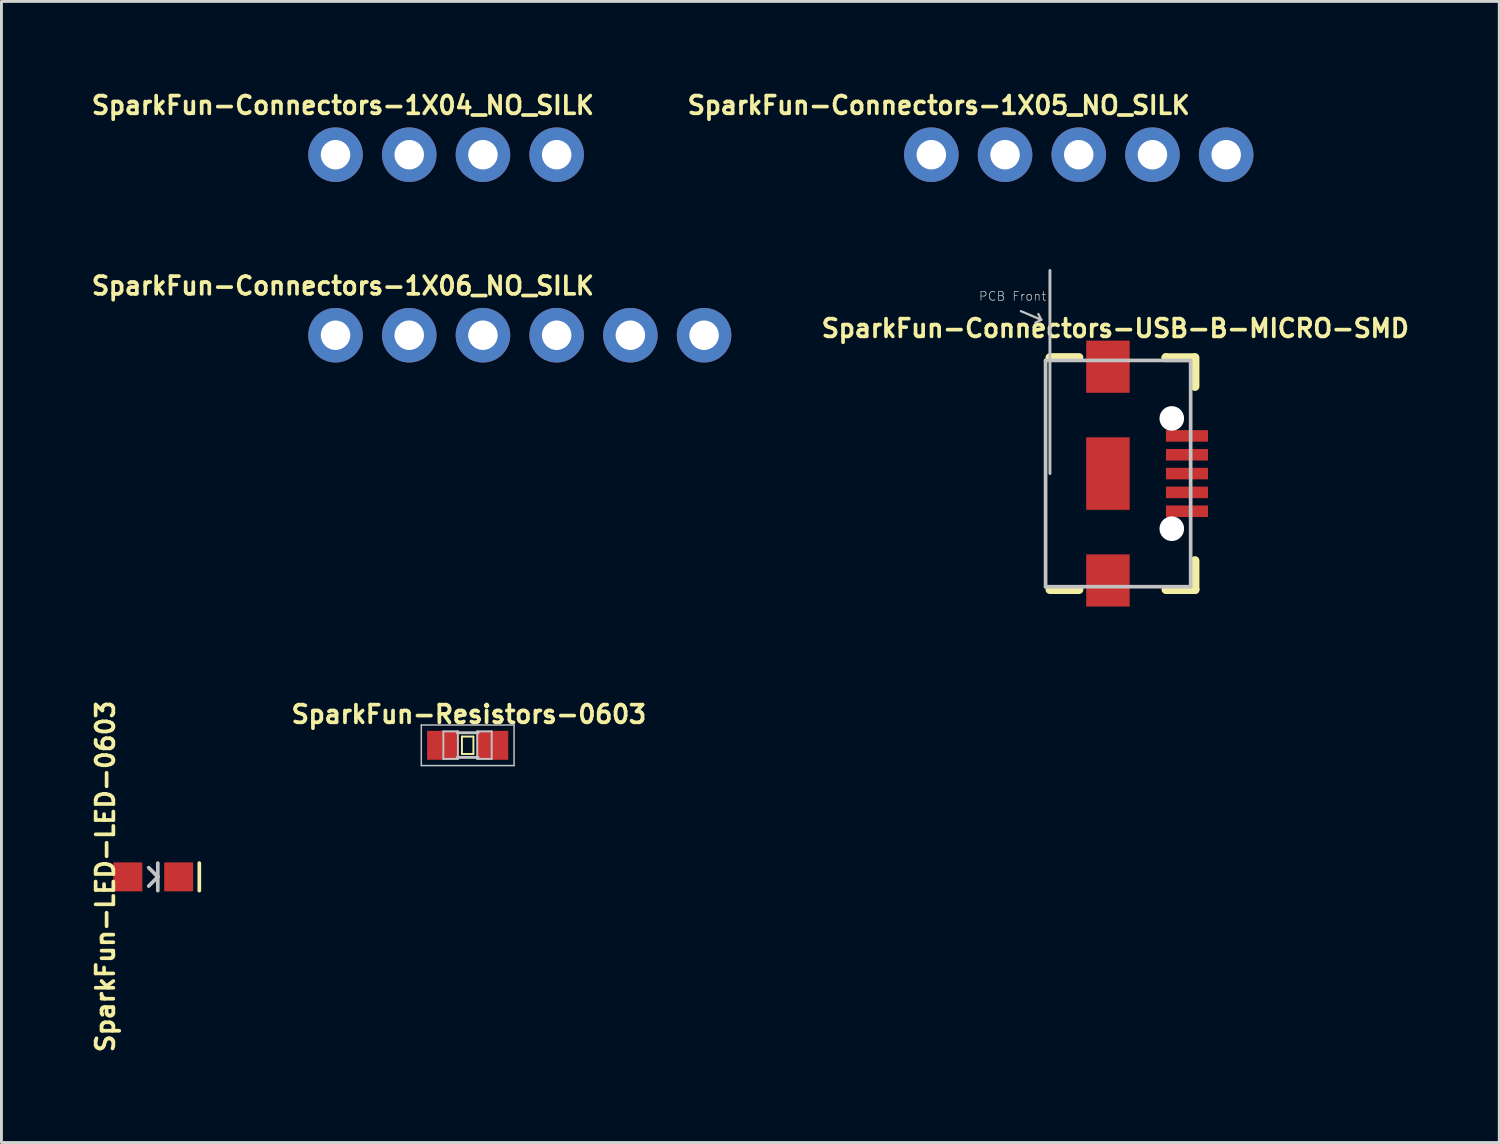
<source format=kicad_pcb>
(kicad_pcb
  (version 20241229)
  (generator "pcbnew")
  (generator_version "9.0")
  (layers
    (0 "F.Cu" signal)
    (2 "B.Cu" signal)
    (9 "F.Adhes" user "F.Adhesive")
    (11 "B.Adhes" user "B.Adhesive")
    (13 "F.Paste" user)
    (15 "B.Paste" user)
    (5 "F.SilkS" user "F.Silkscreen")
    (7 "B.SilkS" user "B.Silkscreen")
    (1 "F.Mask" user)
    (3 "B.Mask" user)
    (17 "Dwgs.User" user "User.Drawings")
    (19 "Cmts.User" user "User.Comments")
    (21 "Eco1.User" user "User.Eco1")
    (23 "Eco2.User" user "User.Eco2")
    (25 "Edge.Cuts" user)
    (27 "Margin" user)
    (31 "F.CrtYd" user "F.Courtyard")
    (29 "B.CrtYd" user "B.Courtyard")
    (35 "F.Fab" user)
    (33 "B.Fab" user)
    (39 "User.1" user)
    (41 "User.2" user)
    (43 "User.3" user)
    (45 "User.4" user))
  (footprint "SparkFun-Connectors-1X05_NO_SILK"
    (layer "F.Cu")
    (at 29.043 2.281)
    (property "Reference" "SparkFun-Connectors-1X05_NO_SILK" (at 0.254 -1.702 0) (layer "F.SilkS") (effects (font (size 0.61 0.61) (thickness 0.127))))
    (attr exclude_from_pos_files exclude_from_bom)
    (fp_line (start -0.254 -0.254) (end 0.254 -0.254) (stroke (width 0.066) (type solid)) (layer "Dwgs.User"))
    (fp_line (start -0.254 0.254) (end -0.254 -0.254) (stroke (width 0.066) (type solid)) (layer "Dwgs.User"))
    (fp_line (start -0.254 0.254) (end 0.254 0.254) (stroke (width 0.066) (type solid)) (layer "Dwgs.User"))
    (fp_line (start 0.254 0.254) (end 0.254 -0.254) (stroke (width 0.066) (type solid)) (layer "Dwgs.User"))
    (fp_line (start 2.286 -0.254) (end 2.794 -0.254) (stroke (width 0.066) (type solid)) (layer "Dwgs.User"))
    (fp_line (start 2.286 0.254) (end 2.286 -0.254) (stroke (width 0.066) (type solid)) (layer "Dwgs.User"))
    (fp_line (start 2.286 0.254) (end 2.794 0.254) (stroke (width 0.066) (type solid)) (layer "Dwgs.User"))
    (fp_line (start 2.794 0.254) (end 2.794 -0.254) (stroke (width 0.066) (type solid)) (layer "Dwgs.User"))
    (fp_line (start 4.826 -0.254) (end 5.334 -0.254) (stroke (width 0.066) (type solid)) (layer "Dwgs.User"))
    (fp_line (start 4.826 0.254) (end 4.826 -0.254) (stroke (width 0.066) (type solid)) (layer "Dwgs.User"))
    (fp_line (start 4.826 0.254) (end 5.334 0.254) (stroke (width 0.066) (type solid)) (layer "Dwgs.User"))
    (fp_line (start 5.334 0.254) (end 5.334 -0.254) (stroke (width 0.066) (type solid)) (layer "Dwgs.User"))
    (fp_line (start 7.366 -0.254) (end 7.874 -0.254) (stroke (width 0.066) (type solid)) (layer "Dwgs.User"))
    (fp_line (start 7.366 0.254) (end 7.366 -0.254) (stroke (width 0.066) (type solid)) (layer "Dwgs.User"))
    (fp_line (start 7.366 0.254) (end 7.874 0.254) (stroke (width 0.066) (type solid)) (layer "Dwgs.User"))
    (fp_line (start 7.874 0.254) (end 7.874 -0.254) (stroke (width 0.066) (type solid)) (layer "Dwgs.User"))
    (fp_line (start 9.906 -0.254) (end 10.414 -0.254) (stroke (width 0.066) (type solid)) (layer "Dwgs.User"))
    (fp_line (start 9.906 0.254) (end 9.906 -0.254) (stroke (width 0.066) (type solid)) (layer "Dwgs.User"))
    (fp_line (start 9.906 0.254) (end 10.414 0.254) (stroke (width 0.066) (type solid)) (layer "Dwgs.User"))
    (fp_line (start 10.414 0.254) (end 10.414 -0.254) (stroke (width 0.066) (type solid)) (layer "Dwgs.User"))
    (pad "1" thru_hole circle (at 0 0) (size 1.88 1.88) (drill 1.016) (layers "*.Cu" "*.Paste" "*.Mask"))
    (pad "2" thru_hole circle (at 2.54 0) (size 1.88 1.88) (drill 1.016) (layers "*.Cu" "*.Paste" "*.Mask"))
    (pad "3" thru_hole circle (at 5.08 0) (size 1.88 1.88) (drill 1.016) (layers "*.Cu" "*.Paste" "*.Mask"))
    (pad "4" thru_hole circle (at 7.62 0) (size 1.88 1.88) (drill 1.016) (layers "*.Cu" "*.Paste" "*.Mask"))
    (pad "5" thru_hole circle (at 10.16 0) (size 1.88 1.88) (drill 1.016) (layers "*.Cu" "*.Paste" "*.Mask")))
  (footprint "SparkFun-LED-LED-0603"
    (layer "F.Cu")
    (at 2.231 27.166)
    (property "Reference" "SparkFun-LED-LED-0603" (at -1.651 -0.013 90) (layer "F.SilkS") (effects (font (size 0.61 0.61) (thickness 0.127))))
    (attr smd)
    (fp_line (start 1.587 -0.475) (end 1.587 0.475) (stroke (width 0.127) (type solid)) (layer "F.SilkS"))
    (fp_line (start 0.157 -0.475) (end 0.157 0) (stroke (width 0.127) (type solid)) (layer "Dwgs.User"))
    (fp_line (start 0.157 0) (end -0.157 -0.318) (stroke (width 0.127) (type solid)) (layer "Dwgs.User"))
    (fp_line (start 0.157 0) (end -0.157 0.318) (stroke (width 0.127) (type solid)) (layer "Dwgs.User"))
    (fp_line (start 0.157 0) (end 0.157 0.475) (stroke (width 0.127) (type solid)) (layer "Dwgs.User"))
    (pad "A" smd rect (at -0.876 0 270) (size 0.998 0.998) (layers "F.Cu" "F.Mask" "F.Paste"))
    (pad "C" smd rect (at 0.876 0 270) (size 0.998 0.998) (layers "F.Cu" "F.Mask" "F.Paste")))
  (footprint "SparkFun-Connectors-USB-B-MICRO-SMD"
    (layer "F.Cu")
    (at 35.129 13.269)
    (property "Reference" "SparkFun-Connectors-USB-B-MICRO-SMD" (at 0.254 -5.004 0) (layer "F.SilkS") (effects (font (size 0.61 0.61) (thickness 0.127))))
    (attr smd)
    (fp_line (start -0.848 -4.684) (end 0.848 -4.684) (stroke (width 0.066) (type solid)) (layer "F.Mask"))
    (fp_line (start -0.848 -2.682) (end -0.848 -4.684) (stroke (width 0.066) (type solid)) (layer "F.Mask"))
    (fp_line (start -0.848 -2.682) (end 0.848 -2.682) (stroke (width 0.066) (type solid)) (layer "F.Mask"))
    (fp_line (start -0.848 -1.349) (end 0.848 -1.349) (stroke (width 0.066) (type solid)) (layer "F.Mask"))
    (fp_line (start -0.848 1.349) (end -0.848 -1.349) (stroke (width 0.066) (type solid)) (layer "F.Mask"))
    (fp_line (start -0.848 1.349) (end 0.848 1.349) (stroke (width 0.066) (type solid)) (layer "F.Mask"))
    (fp_line (start -0.848 2.682) (end 0.848 2.682) (stroke (width 0.066) (type solid)) (layer "F.Mask"))
    (fp_line (start -0.848 4.684) (end -0.848 2.682) (stroke (width 0.066) (type solid)) (layer "F.Mask"))
    (fp_line (start -0.848 4.684) (end 0.848 4.684) (stroke (width 0.066) (type solid)) (layer "F.Mask"))
    (fp_line (start 0.848 -2.682) (end 0.848 -4.684) (stroke (width 0.066) (type solid)) (layer "F.Mask"))
    (fp_line (start 0.848 1.349) (end 0.848 -1.349) (stroke (width 0.066) (type solid)) (layer "F.Mask"))
    (fp_line (start 0.848 4.684) (end 0.848 2.682) (stroke (width 0.066) (type solid)) (layer "F.Mask"))
    (fp_line (start -0.998 -3.998) (end -1.999 -3.998) (stroke (width 0.305) (type solid)) (layer "F.SilkS"))
    (fp_line (start -0.998 3.998) (end -1.999 3.998) (stroke (width 0.305) (type solid)) (layer "F.SilkS"))
    (fp_line (start 1.999 -3.993) (end 1.999 -3.998) (stroke (width 0.305) (type solid)) (layer "F.SilkS"))
    (fp_line (start 1.999 3.998) (end 3 3.998) (stroke (width 0.305) (type solid)) (layer "F.SilkS"))
    (fp_line (start 2.979 -3.993) (end 1.999 -3.993) (stroke (width 0.305) (type solid)) (layer "F.SilkS"))
    (fp_line (start 3 -3.998) (end 3 -3) (stroke (width 0.305) (type solid)) (layer "F.SilkS"))
    (fp_line (start 3 3.998) (end 3 3) (stroke (width 0.305) (type solid)) (layer "F.SilkS"))
    (fp_line (start -0.749 -4.582) (end 0.749 -4.582) (stroke (width 0.066) (type solid)) (layer "F.Paste"))
    (fp_line (start -0.749 -2.784) (end -0.749 -4.582) (stroke (width 0.066) (type solid)) (layer "F.Paste"))
    (fp_line (start -0.749 -2.784) (end 0.749 -2.784) (stroke (width 0.066) (type solid)) (layer "F.Paste"))
    (fp_line (start -0.749 2.784) (end 0.749 2.784) (stroke (width 0.066) (type solid)) (layer "F.Paste"))
    (fp_line (start -0.749 4.582) (end -0.749 2.784) (stroke (width 0.066) (type solid)) (layer "F.Paste"))
    (fp_line (start -0.749 4.582) (end 0.749 4.582) (stroke (width 0.066) (type solid)) (layer "F.Paste"))
    (fp_line (start -0.348 -0.749) (end 0.348 -0.749) (stroke (width 0.066) (type solid)) (layer "F.Paste"))
    (fp_line (start -0.348 0.749) (end -0.348 -0.749) (stroke (width 0.066) (type solid)) (layer "F.Paste"))
    (fp_line (start -0.348 0.749) (end 0.348 0.749) (stroke (width 0.066) (type solid)) (layer "F.Paste"))
    (fp_line (start 0.348 0.749) (end 0.348 -0.749) (stroke (width 0.066) (type solid)) (layer "F.Paste"))
    (fp_line (start 0.749 -2.784) (end 0.749 -4.582) (stroke (width 0.066) (type solid)) (layer "F.Paste"))
    (fp_line (start 0.749 4.582) (end 0.749 2.784) (stroke (width 0.066) (type solid)) (layer "F.Paste"))
    (fp_line (start -3 -5.598) (end -2.299 -5.298) (stroke (width 0.079) (type solid)) (layer "Dwgs.User"))
    (fp_line (start -2.299 -5.298) (end -2.499 -5.199) (stroke (width 0.079) (type solid)) (layer "Dwgs.User"))
    (fp_line (start -2.299 -5.298) (end -2.398 -5.499) (stroke (width 0.079) (type solid)) (layer "Dwgs.User"))
    (fp_line (start -2.149 -3.899) (end -2.149 3.899) (stroke (width 0.127) (type solid)) (layer "Dwgs.User"))
    (fp_line (start -1.999 -6.998) (end -1.999 0) (stroke (width 0.1) (type solid)) (layer "Dwgs.User"))
    (fp_line (start 2.85 -3.899) (end -2.149 -3.899) (stroke (width 0.127) (type solid)) (layer "Dwgs.User"))
    (fp_line (start 2.85 -3.899) (end 2.85 3.899) (stroke (width 0.127) (type solid)) (layer "Dwgs.User"))
    (fp_line (start 2.85 3.899) (end -2.149 3.899) (stroke (width 0.127) (type solid)) (layer "Dwgs.User"))
    (fp_text user "PCB Front" (at -3.287 -6.111 0) (layer "Dwgs.User") (effects (font (size 0.305 0.305) (thickness 0.025))))
    (pad "" np_thru_hole circle (at 2.2 -1.9) (size 0.848 0.848) (drill 0.848) (layers "*.Cu" "*.Mask"))
    (pad "" np_thru_hole circle (at 2.2 1.9) (size 0.848 0.848) (drill 0.848) (layers "*.Cu" "*.Mask"))
    (pad "D+" smd rect (at 2.723 0 90) (size 0.399 1.448) (layers "F.Cu" "F.Mask" "F.Paste"))
    (pad "D-" smd rect (at 2.723 -0.648 90) (size 0.399 1.448) (layers "F.Cu" "F.Mask" "F.Paste"))
    (pad "GND" smd rect (at 2.723 1.298 90) (size 0.399 1.448) (layers "F.Cu" "F.Mask" "F.Paste"))
    (pad "ID" smd rect (at 2.723 0.648 90) (size 0.399 1.448) (layers "F.Cu" "F.Mask" "F.Paste"))
    (pad "SHIE" smd rect (at 0 -3.683 90) (size 1.798 1.499) (layers "F.Cu" "F.Mask" "F.Paste"))
    (pad "SHIE" smd rect (at 0 0 90) (size 2.499 1.499) (layers "F.Cu" "F.Mask" "F.Paste"))
    (pad "SHIE" smd rect (at 0 3.683 90) (size 1.798 1.499) (layers "F.Cu" "F.Mask" "F.Paste"))
    (pad "VBUS" smd rect (at 2.723 -1.298 90) (size 0.399 1.448) (layers "F.Cu" "F.Mask" "F.Paste")))
  (footprint "SparkFun-Resistors-0603"
    (layer "F.Cu")
    (at 13.066 22.632)
    (property "Reference" "SparkFun-Resistors-0603" (at 0.041 -1.067 0) (layer "F.SilkS") (effects (font (size 0.61 0.61) (thickness 0.127))))
    (attr smd)
    (fp_line (start -0.198 -0.3) (end 0.198 -0.3) (stroke (width 0.066) (type solid)) (layer "F.SilkS"))
    (fp_line (start -0.198 0.3) (end -0.198 -0.3) (stroke (width 0.066) (type solid)) (layer "F.SilkS"))
    (fp_line (start -0.198 0.3) (end 0.198 0.3) (stroke (width 0.066) (type solid)) (layer "F.SilkS"))
    (fp_line (start 0.198 0.3) (end 0.198 -0.3) (stroke (width 0.066) (type solid)) (layer "F.SilkS"))
    (fp_line (start -1.598 -0.699) (end 1.598 -0.699) (stroke (width 0.051) (type solid)) (layer "Dwgs.User"))
    (fp_line (start -1.598 0.699) (end -1.598 -0.699) (stroke (width 0.051) (type solid)) (layer "Dwgs.User"))
    (fp_line (start -0.838 -0.48) (end -0.338 -0.48) (stroke (width 0.066) (type solid)) (layer "Dwgs.User"))
    (fp_line (start -0.838 0.47) (end -0.838 -0.48) (stroke (width 0.066) (type solid)) (layer "Dwgs.User"))
    (fp_line (start -0.838 0.47) (end -0.338 0.47) (stroke (width 0.066) (type solid)) (layer "Dwgs.User"))
    (fp_line (start -0.356 -0.432) (end 0.356 -0.432) (stroke (width 0.102) (type solid)) (layer "Dwgs.User"))
    (fp_line (start -0.356 0.417) (end 0.356 0.417) (stroke (width 0.102) (type solid)) (layer "Dwgs.User"))
    (fp_line (start -0.338 0.47) (end -0.338 -0.48) (stroke (width 0.066) (type solid)) (layer "Dwgs.User"))
    (fp_line (start 0.33 -0.48) (end 0.828 -0.48) (stroke (width 0.066) (type solid)) (layer "Dwgs.User"))
    (fp_line (start 0.33 0.47) (end 0.33 -0.48) (stroke (width 0.066) (type solid)) (layer "Dwgs.User"))
    (fp_line (start 0.33 0.47) (end 0.828 0.47) (stroke (width 0.066) (type solid)) (layer "Dwgs.User"))
    (fp_line (start 0.828 0.47) (end 0.828 -0.48) (stroke (width 0.066) (type solid)) (layer "Dwgs.User"))
    (fp_line (start 1.598 -0.699) (end 1.598 0.699) (stroke (width 0.051) (type solid)) (layer "Dwgs.User"))
    (fp_line (start 1.598 0.699) (end -1.598 0.699) (stroke (width 0.051) (type solid)) (layer "Dwgs.User"))
    (pad "1" smd rect (at -0.848 0) (size 1.1 0.998) (layers "F.Cu" "F.Mask" "F.Paste"))
    (pad "2" smd rect (at 0.848 0) (size 1.1 0.998) (layers "F.Cu" "F.Mask" "F.Paste")))
  (footprint "SparkFun-Connectors-1X06_NO_SILK"
    (layer "F.Cu")
    (at 8.512 8.502)
    (property "Reference" "SparkFun-Connectors-1X06_NO_SILK" (at 0.254 -1.702 0) (layer "F.SilkS") (effects (font (size 0.61 0.61) (thickness 0.127))))
    (attr exclude_from_pos_files exclude_from_bom)
    (fp_line (start -0.254 -0.254) (end 0.254 -0.254) (stroke (width 0.066) (type solid)) (layer "Dwgs.User"))
    (fp_line (start -0.254 0.254) (end -0.254 -0.254) (stroke (width 0.066) (type solid)) (layer "Dwgs.User"))
    (fp_line (start -0.254 0.254) (end 0.254 0.254) (stroke (width 0.066) (type solid)) (layer "Dwgs.User"))
    (fp_line (start 0.254 0.254) (end 0.254 -0.254) (stroke (width 0.066) (type solid)) (layer "Dwgs.User"))
    (fp_line (start 2.286 -0.254) (end 2.794 -0.254) (stroke (width 0.066) (type solid)) (layer "Dwgs.User"))
    (fp_line (start 2.286 0.254) (end 2.286 -0.254) (stroke (width 0.066) (type solid)) (layer "Dwgs.User"))
    (fp_line (start 2.286 0.254) (end 2.794 0.254) (stroke (width 0.066) (type solid)) (layer "Dwgs.User"))
    (fp_line (start 2.794 0.254) (end 2.794 -0.254) (stroke (width 0.066) (type solid)) (layer "Dwgs.User"))
    (fp_line (start 4.826 -0.254) (end 5.334 -0.254) (stroke (width 0.066) (type solid)) (layer "Dwgs.User"))
    (fp_line (start 4.826 0.254) (end 4.826 -0.254) (stroke (width 0.066) (type solid)) (layer "Dwgs.User"))
    (fp_line (start 4.826 0.254) (end 5.334 0.254) (stroke (width 0.066) (type solid)) (layer "Dwgs.User"))
    (fp_line (start 5.334 0.254) (end 5.334 -0.254) (stroke (width 0.066) (type solid)) (layer "Dwgs.User"))
    (fp_line (start 7.366 -0.254) (end 7.874 -0.254) (stroke (width 0.066) (type solid)) (layer "Dwgs.User"))
    (fp_line (start 7.366 0.254) (end 7.366 -0.254) (stroke (width 0.066) (type solid)) (layer "Dwgs.User"))
    (fp_line (start 7.366 0.254) (end 7.874 0.254) (stroke (width 0.066) (type solid)) (layer "Dwgs.User"))
    (fp_line (start 7.874 0.254) (end 7.874 -0.254) (stroke (width 0.066) (type solid)) (layer "Dwgs.User"))
    (fp_line (start 9.906 -0.254) (end 10.414 -0.254) (stroke (width 0.066) (type solid)) (layer "Dwgs.User"))
    (fp_line (start 9.906 0.254) (end 9.906 -0.254) (stroke (width 0.066) (type solid)) (layer "Dwgs.User"))
    (fp_line (start 9.906 0.254) (end 10.414 0.254) (stroke (width 0.066) (type solid)) (layer "Dwgs.User"))
    (fp_line (start 10.414 0.254) (end 10.414 -0.254) (stroke (width 0.066) (type solid)) (layer "Dwgs.User"))
    (fp_line (start 12.446 -0.254) (end 12.954 -0.254) (stroke (width 0.066) (type solid)) (layer "Dwgs.User"))
    (fp_line (start 12.446 0.254) (end 12.446 -0.254) (stroke (width 0.066) (type solid)) (layer "Dwgs.User"))
    (fp_line (start 12.446 0.254) (end 12.954 0.254) (stroke (width 0.066) (type solid)) (layer "Dwgs.User"))
    (fp_line (start 12.954 0.254) (end 12.954 -0.254) (stroke (width 0.066) (type solid)) (layer "Dwgs.User"))
    (pad "1" thru_hole circle (at 0 0) (size 1.88 1.88) (drill 1.016) (layers "*.Cu" "*.Paste" "*.Mask"))
    (pad "2" thru_hole circle (at 2.54 0) (size 1.88 1.88) (drill 1.016) (layers "*.Cu" "*.Paste" "*.Mask"))
    (pad "3" thru_hole circle (at 5.08 0) (size 1.88 1.88) (drill 1.016) (layers "*.Cu" "*.Paste" "*.Mask"))
    (pad "4" thru_hole circle (at 7.62 0) (size 1.88 1.88) (drill 1.016) (layers "*.Cu" "*.Paste" "*.Mask"))
    (pad "5" thru_hole circle (at 10.16 0) (size 1.88 1.88) (drill 1.016) (layers "*.Cu" "*.Paste" "*.Mask"))
    (pad "6" thru_hole circle (at 12.7 0) (size 1.88 1.88) (drill 1.016) (layers "*.Cu" "*.Paste" "*.Mask")))
  (footprint "SparkFun-Connectors-1X04_NO_SILK"
    (layer "F.Cu")
    (at 8.512 2.281)
    (property "Reference" "SparkFun-Connectors-1X04_NO_SILK" (at 0.254 -1.702 0) (layer "F.SilkS") (effects (font (size 0.61 0.61) (thickness 0.127))))
    (attr exclude_from_pos_files exclude_from_bom)
    (fp_line (start -0.254 -0.254) (end 0.254 -0.254) (stroke (width 0.066) (type solid)) (layer "Dwgs.User"))
    (fp_line (start -0.254 0.254) (end -0.254 -0.254) (stroke (width 0.066) (type solid)) (layer "Dwgs.User"))
    (fp_line (start -0.254 0.254) (end 0.254 0.254) (stroke (width 0.066) (type solid)) (layer "Dwgs.User"))
    (fp_line (start 0.254 0.254) (end 0.254 -0.254) (stroke (width 0.066) (type solid)) (layer "Dwgs.User"))
    (fp_line (start 2.286 -0.254) (end 2.794 -0.254) (stroke (width 0.066) (type solid)) (layer "Dwgs.User"))
    (fp_line (start 2.286 0.254) (end 2.286 -0.254) (stroke (width 0.066) (type solid)) (layer "Dwgs.User"))
    (fp_line (start 2.286 0.254) (end 2.794 0.254) (stroke (width 0.066) (type solid)) (layer "Dwgs.User"))
    (fp_line (start 2.794 0.254) (end 2.794 -0.254) (stroke (width 0.066) (type solid)) (layer "Dwgs.User"))
    (fp_line (start 4.826 -0.254) (end 5.334 -0.254) (stroke (width 0.066) (type solid)) (layer "Dwgs.User"))
    (fp_line (start 4.826 0.254) (end 4.826 -0.254) (stroke (width 0.066) (type solid)) (layer "Dwgs.User"))
    (fp_line (start 4.826 0.254) (end 5.334 0.254) (stroke (width 0.066) (type solid)) (layer "Dwgs.User"))
    (fp_line (start 5.334 0.254) (end 5.334 -0.254) (stroke (width 0.066) (type solid)) (layer "Dwgs.User"))
    (fp_line (start 7.366 -0.254) (end 7.874 -0.254) (stroke (width 0.066) (type solid)) (layer "Dwgs.User"))
    (fp_line (start 7.366 0.254) (end 7.366 -0.254) (stroke (width 0.066) (type solid)) (layer "Dwgs.User"))
    (fp_line (start 7.366 0.254) (end 7.874 0.254) (stroke (width 0.066) (type solid)) (layer "Dwgs.User"))
    (fp_line (start 7.874 0.254) (end 7.874 -0.254) (stroke (width 0.066) (type solid)) (layer "Dwgs.User"))
    (pad "1" thru_hole circle (at 0 0) (size 1.88 1.88) (drill 1.016) (layers "*.Cu" "*.Paste" "*.Mask"))
    (pad "2" thru_hole circle (at 2.54 0) (size 1.88 1.88) (drill 1.016) (layers "*.Cu" "*.Paste" "*.Mask"))
    (pad "3" thru_hole circle (at 5.08 0) (size 1.88 1.88) (drill 1.016) (layers "*.Cu" "*.Paste" "*.Mask"))
    (pad "4" thru_hole circle (at 7.62 0) (size 1.88 1.88) (drill 1.016) (layers "*.Cu" "*.Paste" "*.Mask")))
  (gr_rect
    (start -3 -3)
    (end 48.614 36.321)
    (stroke (width 0.1) (type default))
    (fill no)
    (layer "Edge.Cuts")))
</source>
